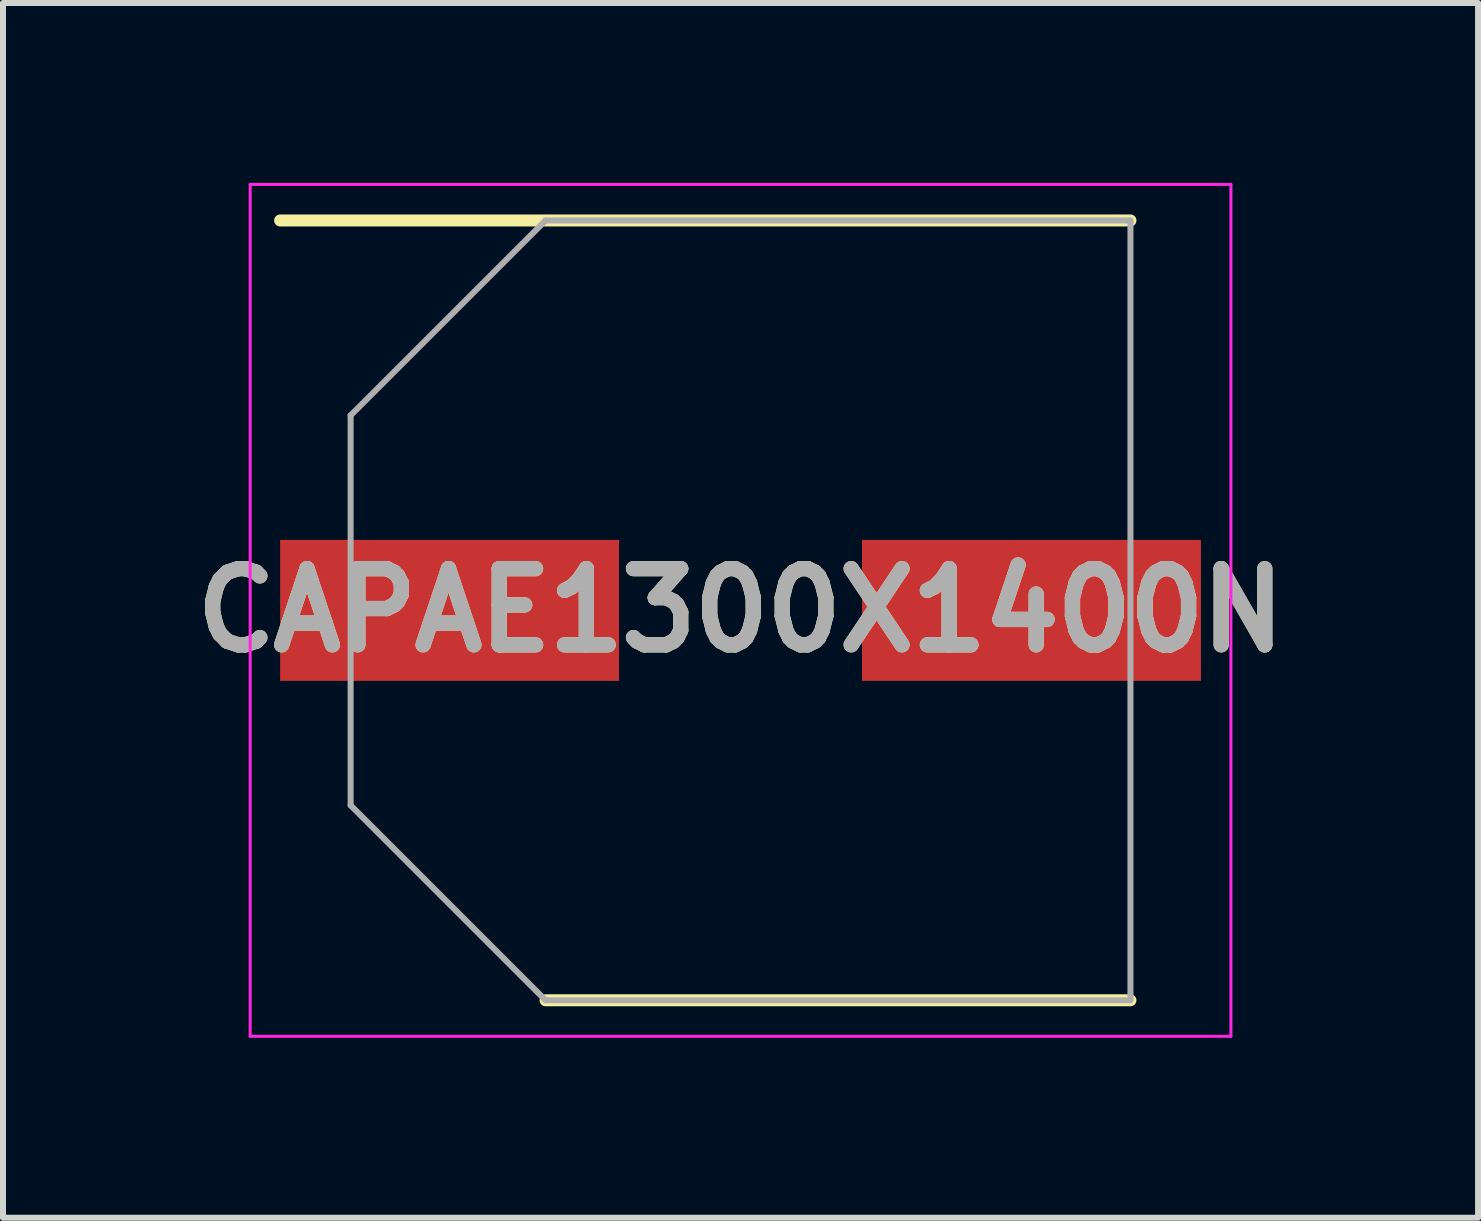
<source format=kicad_pcb>
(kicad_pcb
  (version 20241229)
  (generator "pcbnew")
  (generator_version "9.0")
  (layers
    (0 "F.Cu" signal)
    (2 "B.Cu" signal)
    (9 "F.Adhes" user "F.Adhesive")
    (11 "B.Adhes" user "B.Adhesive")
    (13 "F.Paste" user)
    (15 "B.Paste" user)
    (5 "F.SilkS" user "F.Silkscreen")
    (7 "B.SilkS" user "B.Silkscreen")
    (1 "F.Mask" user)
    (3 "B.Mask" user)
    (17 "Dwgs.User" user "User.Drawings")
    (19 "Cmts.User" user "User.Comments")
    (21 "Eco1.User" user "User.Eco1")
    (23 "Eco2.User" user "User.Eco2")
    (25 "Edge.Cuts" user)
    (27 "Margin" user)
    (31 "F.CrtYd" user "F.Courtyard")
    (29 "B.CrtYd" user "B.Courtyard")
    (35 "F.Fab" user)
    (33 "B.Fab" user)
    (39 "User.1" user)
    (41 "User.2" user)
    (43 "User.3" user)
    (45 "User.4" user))
  (footprint "CAPAE1300X1400N"
    (layer "F.Cu")
    (at 9.295 7.125)
    (property "Reference" "CAPAE1300X1400N" (at 0 0 0) (layer "F.SilkS") (effects (font (size 1.27 1.27) (thickness 0.254))))
    (attr smd)
    (fp_line (start -7.675 -6.5) (end 6.5 -6.5) (stroke (width 0.2) (type solid)) (layer "F.SilkS"))
    (fp_line (start -3.25 6.5) (end 6.5 6.5) (stroke (width 0.2) (type solid)) (layer "F.SilkS"))
    (fp_line (start -8.175 -7.1) (end 8.175 -7.1) (stroke (width 0.05) (type solid)) (layer "F.CrtYd"))
    (fp_line (start -8.175 7.1) (end -8.175 -7.1) (stroke (width 0.05) (type solid)) (layer "F.CrtYd"))
    (fp_line (start 8.175 -7.1) (end 8.175 7.1) (stroke (width 0.05) (type solid)) (layer "F.CrtYd"))
    (fp_line (start 8.175 7.1) (end -8.175 7.1) (stroke (width 0.05) (type solid)) (layer "F.CrtYd"))
    (fp_line (start -6.5 -3.25) (end -6.5 3.25) (stroke (width 0.1) (type solid)) (layer "F.Fab"))
    (fp_line (start -6.5 3.25) (end -3.25 6.5) (stroke (width 0.1) (type solid)) (layer "F.Fab"))
    (fp_line (start -3.25 -6.5) (end -6.5 -3.25) (stroke (width 0.1) (type solid)) (layer "F.Fab"))
    (fp_line (start -3.25 6.5) (end 6.5 6.5) (stroke (width 0.1) (type solid)) (layer "F.Fab"))
    (fp_line (start 6.5 -6.5) (end -3.25 -6.5) (stroke (width 0.1) (type solid)) (layer "F.Fab"))
    (fp_line (start 6.5 6.5) (end 6.5 -6.5) (stroke (width 0.1) (type solid)) (layer "F.Fab"))
    (fp_text user "${REFERENCE}" (at 0 0 0) (layer "F.Fab") (effects (font (size 1.27 1.27) (thickness 0.254))))
    (pad "1" smd rect (at -4.85 0 90) (size 2.35 5.65) (layers "F.Cu" "F.Mask" "F.Paste"))
    (pad "2" smd rect (at 4.85 0 90) (size 2.35 5.65) (layers "F.Cu" "F.Mask" "F.Paste")))
  (gr_rect
    (start -3 -3)
    (end 21.59 17.25)
    (stroke (width 0.1) (type default))
    (fill no)
    (layer "Edge.Cuts")))
</source>
